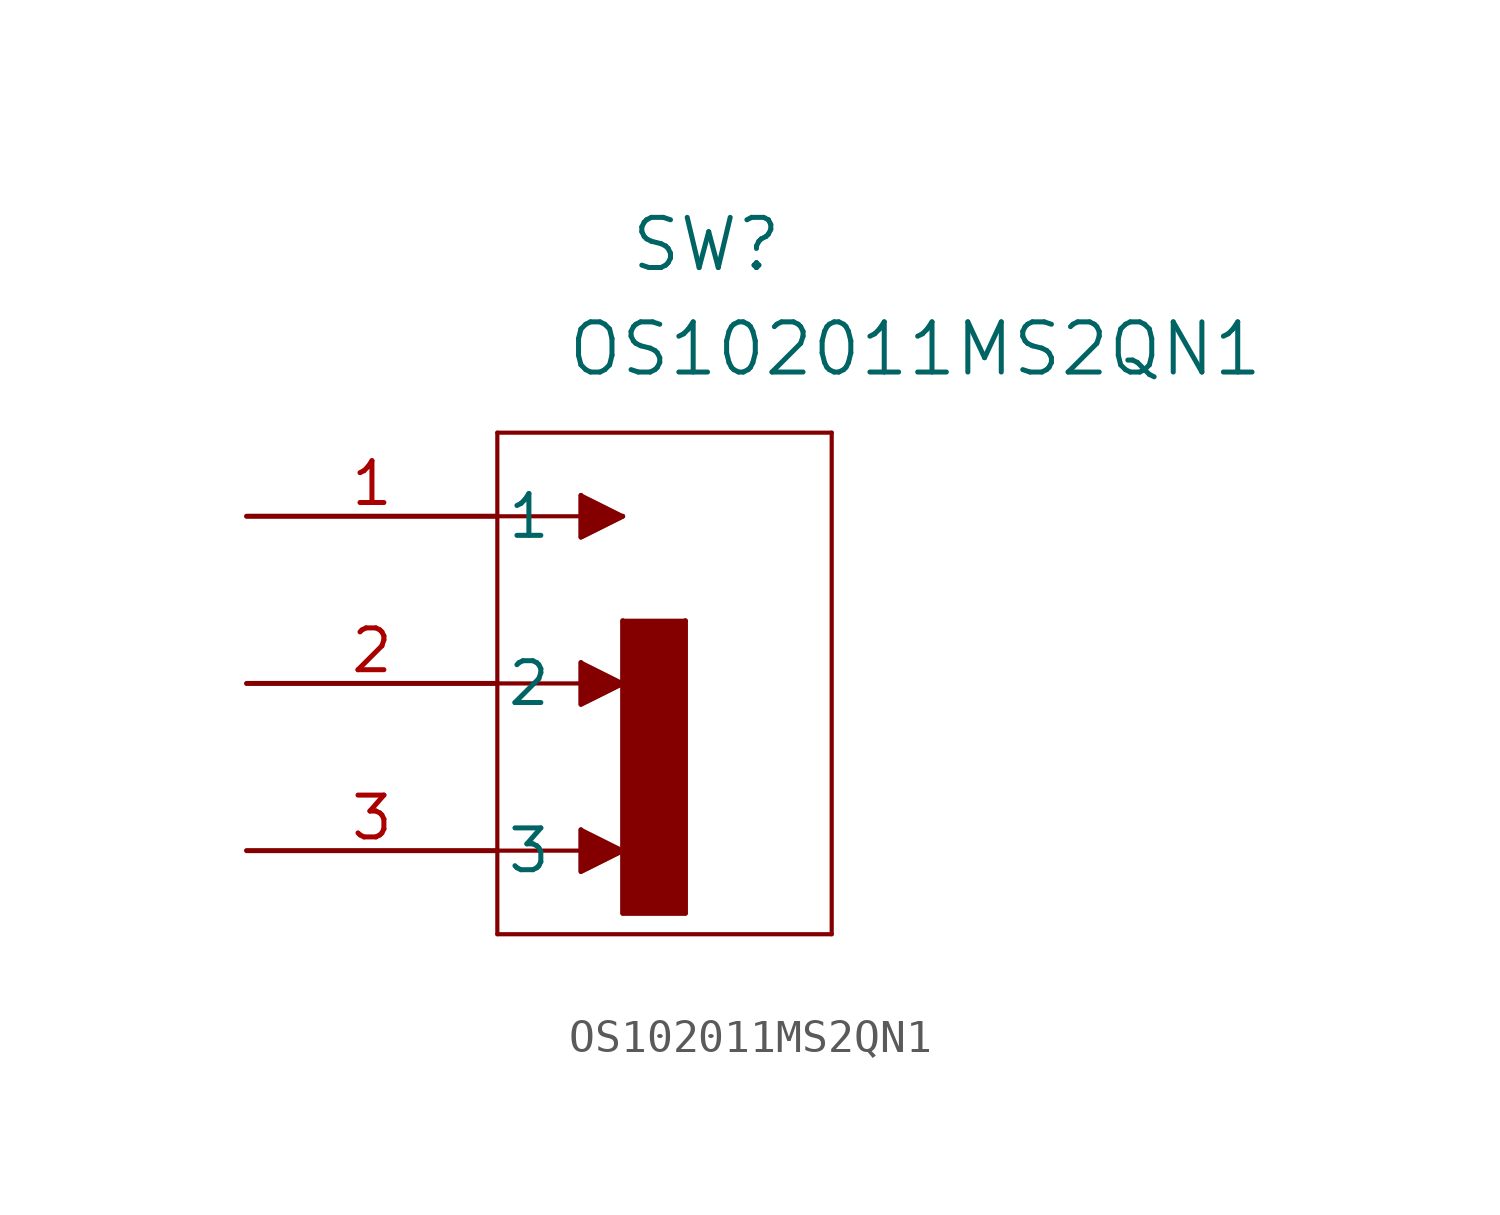
<source format=kicad_sym>
(kicad_symbol_lib
  (version 20220914)
  (generator kicad_symbol_editor)
  (symbol "OS102011MS2QN1"
    (pin_names
      (offset 0.254))
    (property "Reference" "SW"
      (at 13.97 8.255 0)
      (effects (font (size 1.524 1.524))))
    (property "Value" "OS102011MS2QN1"
      (at 20.32 5.08 0)
      (effects (font (size 1.524 1.524))))
    (property "ki_locked" ""
      (at 0 0 0)
      (effects (font (size 1.27 1.27))))
    (symbol "OS102011MS2QN1_0_1"
      (polyline (pts (xy 7.62 -12.7) (xy 17.78 -12.7)) (stroke (width 0.127) (type default)) (fill (type none)))
      (polyline (pts (xy 7.62 -10.16) (xy 11.43 -10.16)) (stroke (width 0.127) (type default)) (fill (type none)))
      (polyline (pts (xy 7.62 -5.08) (xy 11.43 -5.08)) (stroke (width 0.127) (type default)) (fill (type none)))
      (polyline (pts (xy 7.62 0) (xy 11.43 0)) (stroke (width 0.127) (type default)) (fill (type none)))
      (polyline (pts (xy 7.62 2.54) (xy 7.62 -12.7)) (stroke (width 0.127) (type default)) (fill (type none)))
      (polyline (pts (xy 10.16 -9.525) (xy 10.16 -10.795)) (stroke (width 0.127) (type default)) (fill (type none)))
      (polyline (pts (xy 10.16 -4.445) (xy 10.16 -5.715)) (stroke (width 0.127) (type default)) (fill (type none)))
      (polyline (pts (xy 10.16 0.635) (xy 10.16 -0.635)) (stroke (width 0.127) (type default)) (fill (type none)))
      (polyline (pts (xy 11.43 -12.065) (xy 13.335 -12.065)) (stroke (width 0.127) (type default)) (fill (type none)))
      (polyline (pts (xy 11.43 -10.16) (xy 10.16 -10.795)) (stroke (width 0.127) (type default)) (fill (type none)))
      (polyline (pts (xy 11.43 -10.16) (xy 10.16 -9.525)) (stroke (width 0.127) (type default)) (fill (type none)))
      (polyline (pts (xy 11.43 -5.08) (xy 10.16 -5.715)) (stroke (width 0.127) (type default)) (fill (type none)))
      (polyline (pts (xy 11.43 -5.08) (xy 10.16 -4.445)) (stroke (width 0.127) (type default)) (fill (type none)))
      (polyline (pts (xy 11.43 -3.175) (xy 11.43 -12.065)) (stroke (width 0.127) (type default)) (fill (type none)))
      (polyline (pts (xy 11.43 0) (xy 10.16 -0.635)) (stroke (width 0.127) (type default)) (fill (type none)))
      (polyline (pts (xy 11.43 0) (xy 10.16 0.635)) (stroke (width 0.127) (type default)) (fill (type none)))
      (polyline (pts (xy 13.335 -12.065) (xy 13.335 -3.175)) (stroke (width 0.127) (type default)) (fill (type none)))
      (polyline (pts (xy 13.335 -3.175) (xy 11.43 -3.175)) (stroke (width 0.127) (type default)) (fill (type none)))
      (polyline (pts (xy 17.78 -12.7) (xy 17.78 2.54)) (stroke (width 0.127) (type default)) (fill (type none)))
      (polyline (pts (xy 17.78 2.54) (xy 7.62 2.54)) (stroke (width 0.127) (type default)) (fill (type none)))
      (polyline (pts (xy 10.16 -9.525) (xy 10.16 -10.795) (xy 11.43 -10.16)) (stroke (width 0) (type default)) (fill (type outline)))
      (polyline (pts (xy 10.16 -4.445) (xy 10.16 -5.715) (xy 11.43 -5.08)) (stroke (width 0) (type default)) (fill (type outline)))
      (polyline (pts (xy 10.16 0.635) (xy 10.16 -0.635) (xy 11.43 0)) (stroke (width 0) (type default)) (fill (type outline)))
      (polyline (pts (xy 11.43 -3.175) (xy 11.43 -12.065) (xy 13.335 -12.065) (xy 13.335 -3.175)) (stroke (width 0) (type default)) (fill (type outline)))
      (pin unspecified line (at 0 0 0) (length 7.62) (name "1" (effects (font (size 1.27 1.27)))) (number "1" (effects (font (size 1.27 1.27)))))
      (pin unspecified line (at 0 -5.08 0) (length 7.62) (name "2" (effects (font (size 1.27 1.27)))) (number "2" (effects (font (size 1.27 1.27)))))
      (pin unspecified line (at 0 -10.16 0) (length 7.62) (name "3" (effects (font (size 1.27 1.27)))) (number "3" (effects (font (size 1.27 1.27))))))))
</source>
